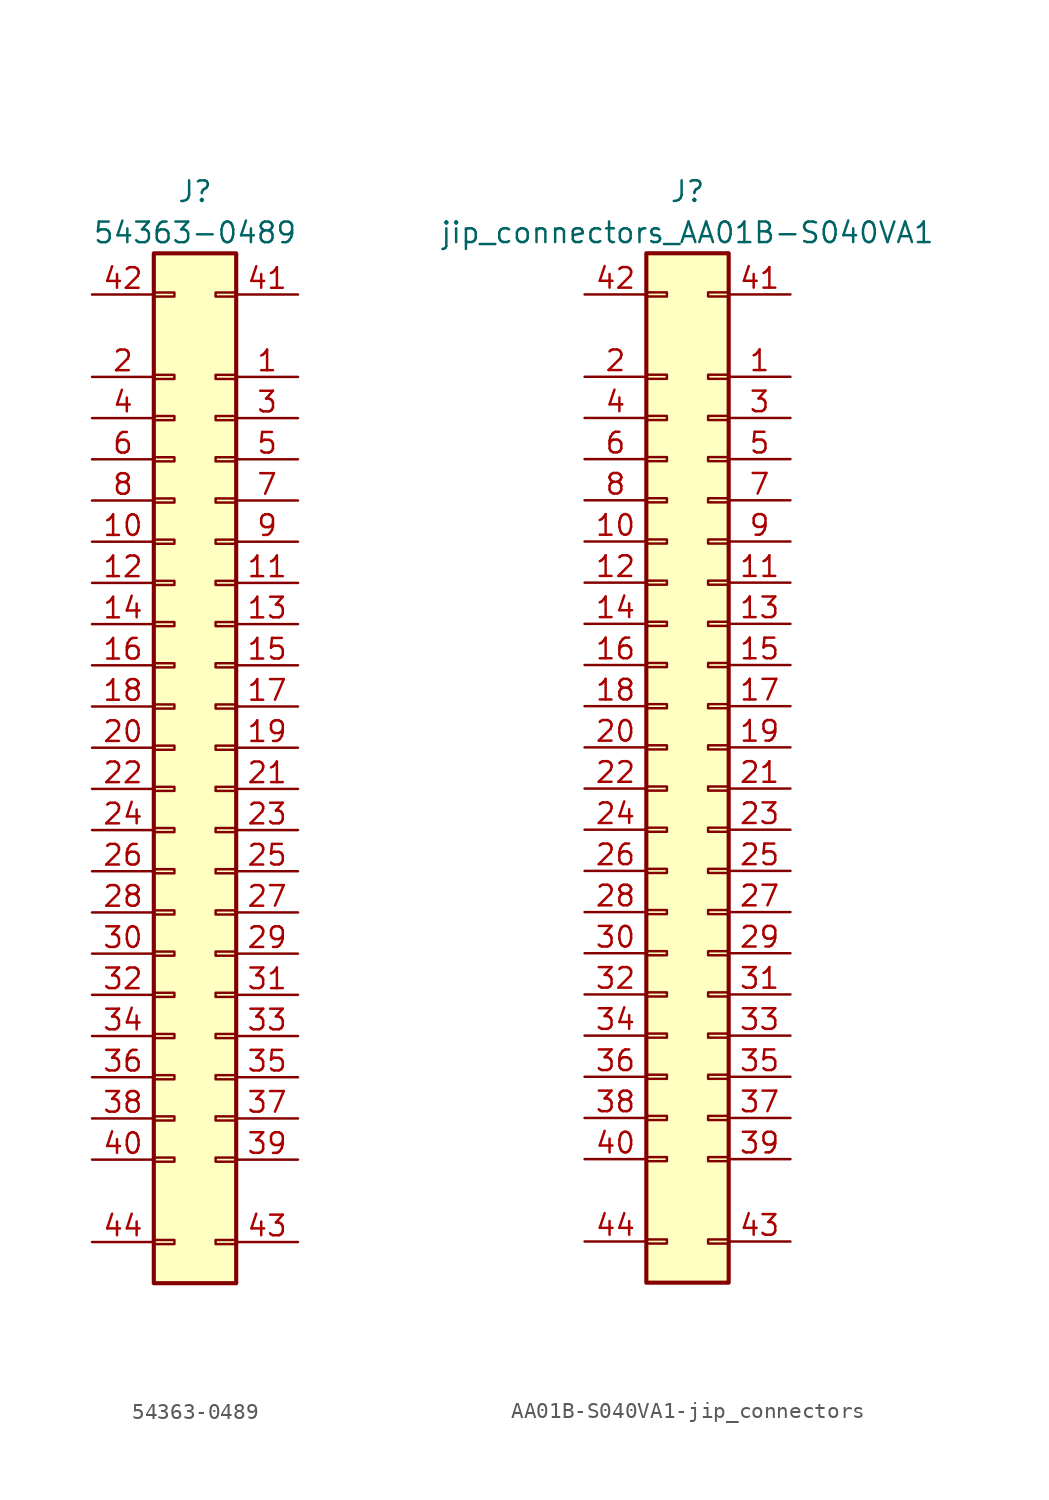
<source format=kicad_sym>
(kicad_symbol_lib
  (version 20231120)
  (generator "kicad_symbol_editor")
  (generator_version "8.0")
  (symbol "54363-0489"
    (pin_names
      (offset 1.016) hide)
    (property "Reference" "J"
      (at 6.35 6.35 0)
      (effects (font (size 1.27 1.27))))
    (property "Value" "54363-0489"
      (at 6.35 3.81 0)
      (effects (font (size 1.27 1.27))))
    (symbol "54363-0489_1_1"
      (rectangle (start 3.81 -58.293) (end 5.08 -58.547) (stroke (width 0.152) (type solid)) (fill (type none)))
      (rectangle (start 3.81 -53.213) (end 5.08 -53.467) (stroke (width 0.152) (type solid)) (fill (type none)))
      (rectangle (start 3.81 -50.673) (end 5.08 -50.927) (stroke (width 0.152) (type solid)) (fill (type none)))
      (rectangle (start 3.81 -48.133) (end 5.08 -48.387) (stroke (width 0.152) (type solid)) (fill (type none)))
      (rectangle (start 3.81 -45.593) (end 5.08 -45.847) (stroke (width 0.152) (type solid)) (fill (type none)))
      (rectangle (start 3.81 -43.053) (end 5.08 -43.307) (stroke (width 0.152) (type solid)) (fill (type none)))
      (rectangle (start 3.81 -40.513) (end 5.08 -40.767) (stroke (width 0.152) (type solid)) (fill (type none)))
      (rectangle (start 3.81 -37.973) (end 5.08 -38.227) (stroke (width 0.152) (type solid)) (fill (type none)))
      (rectangle (start 3.81 -35.433) (end 5.08 -35.687) (stroke (width 0.152) (type solid)) (fill (type none)))
      (rectangle (start 3.81 -32.893) (end 5.08 -33.147) (stroke (width 0.152) (type solid)) (fill (type none)))
      (rectangle (start 3.81 -30.353) (end 5.08 -30.607) (stroke (width 0.152) (type solid)) (fill (type none)))
      (rectangle (start 3.81 -27.813) (end 5.08 -28.067) (stroke (width 0.152) (type solid)) (fill (type none)))
      (rectangle (start 3.81 -25.273) (end 5.08 -25.527) (stroke (width 0.152) (type solid)) (fill (type none)))
      (rectangle (start 3.81 -22.733) (end 5.08 -22.987) (stroke (width 0.152) (type solid)) (fill (type none)))
      (rectangle (start 3.81 -20.193) (end 5.08 -20.447) (stroke (width 0.152) (type solid)) (fill (type none)))
      (rectangle (start 3.81 -17.653) (end 5.08 -17.907) (stroke (width 0.152) (type solid)) (fill (type none)))
      (rectangle (start 3.81 -15.113) (end 5.08 -15.367) (stroke (width 0.152) (type solid)) (fill (type none)))
      (rectangle (start 3.81 -12.573) (end 5.08 -12.827) (stroke (width 0.152) (type solid)) (fill (type none)))
      (rectangle (start 3.81 -10.033) (end 5.08 -10.287) (stroke (width 0.152) (type solid)) (fill (type none)))
      (rectangle (start 3.81 -7.493) (end 5.08 -7.747) (stroke (width 0.152) (type solid)) (fill (type none)))
      (rectangle (start 3.81 -4.953) (end 5.08 -5.207) (stroke (width 0.152) (type solid)) (fill (type none)))
      (rectangle (start 3.81 0.127) (end 5.08 -0.127) (stroke (width 0.152) (type solid)) (fill (type none)))
      (rectangle (start 8.89 -58.293) (end 7.62 -58.547) (stroke (width 0.152) (type solid)) (fill (type none)))
      (rectangle (start 8.89 -53.213) (end 7.62 -53.467) (stroke (width 0.152) (type solid)) (fill (type none)))
      (rectangle (start 8.89 -50.673) (end 7.62 -50.927) (stroke (width 0.152) (type solid)) (fill (type none)))
      (rectangle (start 8.89 -48.133) (end 7.62 -48.387) (stroke (width 0.152) (type solid)) (fill (type none)))
      (rectangle (start 8.89 -45.593) (end 7.62 -45.847) (stroke (width 0.152) (type solid)) (fill (type none)))
      (rectangle (start 8.89 -43.053) (end 7.62 -43.307) (stroke (width 0.152) (type solid)) (fill (type none)))
      (rectangle (start 8.89 -40.513) (end 7.62 -40.767) (stroke (width 0.152) (type solid)) (fill (type none)))
      (rectangle (start 8.89 -37.973) (end 7.62 -38.227) (stroke (width 0.152) (type solid)) (fill (type none)))
      (rectangle (start 8.89 -35.433) (end 7.62 -35.687) (stroke (width 0.152) (type solid)) (fill (type none)))
      (rectangle (start 8.89 -32.893) (end 7.62 -33.147) (stroke (width 0.152) (type solid)) (fill (type none)))
      (rectangle (start 8.89 -30.353) (end 7.62 -30.607) (stroke (width 0.152) (type solid)) (fill (type none)))
      (rectangle (start 8.89 -27.813) (end 7.62 -28.067) (stroke (width 0.152) (type solid)) (fill (type none)))
      (rectangle (start 8.89 -25.273) (end 7.62 -25.527) (stroke (width 0.152) (type solid)) (fill (type none)))
      (rectangle (start 8.89 -22.733) (end 7.62 -22.987) (stroke (width 0.152) (type solid)) (fill (type none)))
      (rectangle (start 8.89 -20.193) (end 7.62 -20.447) (stroke (width 0.152) (type solid)) (fill (type none)))
      (rectangle (start 8.89 -17.653) (end 7.62 -17.907) (stroke (width 0.152) (type solid)) (fill (type none)))
      (rectangle (start 8.89 -15.113) (end 7.62 -15.367) (stroke (width 0.152) (type solid)) (fill (type none)))
      (rectangle (start 8.89 -12.573) (end 7.62 -12.827) (stroke (width 0.152) (type solid)) (fill (type none)))
      (rectangle (start 8.89 -10.033) (end 7.62 -10.287) (stroke (width 0.152) (type solid)) (fill (type none)))
      (rectangle (start 8.89 -7.493) (end 7.62 -7.747) (stroke (width 0.152) (type solid)) (fill (type none)))
      (rectangle (start 8.89 -4.953) (end 7.62 -5.207) (stroke (width 0.152) (type solid)) (fill (type none)))
      (rectangle (start 8.89 0.127) (end 7.62 -0.127) (stroke (width 0.152) (type solid)) (fill (type none)))
      (rectangle (start 8.89 2.54) (end 3.81 -60.96) (stroke (width 0.254) (type solid)) (fill (type background)))
      (pin passive line (at 12.7 -5.08 180) (length 3.81) (name "~" (effects (font (size 1.27 1.27)))) (number "1" (effects (font (size 1.27 1.27)))))
      (pin passive line (at 0 -15.24 0) (length 3.81) (name "~" (effects (font (size 1.27 1.27)))) (number "10" (effects (font (size 1.27 1.27)))))
      (pin passive line (at 12.7 -17.78 180) (length 3.81) (name "~" (effects (font (size 1.27 1.27)))) (number "11" (effects (font (size 1.27 1.27)))))
      (pin passive line (at 0 -17.78 0) (length 3.81) (name "~" (effects (font (size 1.27 1.27)))) (number "12" (effects (font (size 1.27 1.27)))))
      (pin passive line (at 12.7 -20.32 180) (length 3.81) (name "~" (effects (font (size 1.27 1.27)))) (number "13" (effects (font (size 1.27 1.27)))))
      (pin passive line (at 0 -20.32 0) (length 3.81) (name "~" (effects (font (size 1.27 1.27)))) (number "14" (effects (font (size 1.27 1.27)))))
      (pin passive line (at 12.7 -22.86 180) (length 3.81) (name "~" (effects (font (size 1.27 1.27)))) (number "15" (effects (font (size 1.27 1.27)))))
      (pin passive line (at 0 -22.86 0) (length 3.81) (name "~" (effects (font (size 1.27 1.27)))) (number "16" (effects (font (size 1.27 1.27)))))
      (pin passive line (at 12.7 -25.4 180) (length 3.81) (name "~" (effects (font (size 1.27 1.27)))) (number "17" (effects (font (size 1.27 1.27)))))
      (pin passive line (at 0 -25.4 0) (length 3.81) (name "~" (effects (font (size 1.27 1.27)))) (number "18" (effects (font (size 1.27 1.27)))))
      (pin passive line (at 12.7 -27.94 180) (length 3.81) (name "~" (effects (font (size 1.27 1.27)))) (number "19" (effects (font (size 1.27 1.27)))))
      (pin passive line (at 0 -5.08 0) (length 3.81) (name "~" (effects (font (size 1.27 1.27)))) (number "2" (effects (font (size 1.27 1.27)))))
      (pin passive line (at 0 -27.94 0) (length 3.81) (name "~" (effects (font (size 1.27 1.27)))) (number "20" (effects (font (size 1.27 1.27)))))
      (pin passive line (at 12.7 -30.48 180) (length 3.81) (name "~" (effects (font (size 1.27 1.27)))) (number "21" (effects (font (size 1.27 1.27)))))
      (pin passive line (at 0 -30.48 0) (length 3.81) (name "~" (effects (font (size 1.27 1.27)))) (number "22" (effects (font (size 1.27 1.27)))))
      (pin passive line (at 12.7 -33.02 180) (length 3.81) (name "~" (effects (font (size 1.27 1.27)))) (number "23" (effects (font (size 1.27 1.27)))))
      (pin passive line (at 0 -33.02 0) (length 3.81) (name "~" (effects (font (size 1.27 1.27)))) (number "24" (effects (font (size 1.27 1.27)))))
      (pin passive line (at 12.7 -35.56 180) (length 3.81) (name "~" (effects (font (size 1.27 1.27)))) (number "25" (effects (font (size 1.27 1.27)))))
      (pin passive line (at 0 -35.56 0) (length 3.81) (name "~" (effects (font (size 1.27 1.27)))) (number "26" (effects (font (size 1.27 1.27)))))
      (pin passive line (at 12.7 -38.1 180) (length 3.81) (name "~" (effects (font (size 1.27 1.27)))) (number "27" (effects (font (size 1.27 1.27)))))
      (pin passive line (at 0 -38.1 0) (length 3.81) (name "~" (effects (font (size 1.27 1.27)))) (number "28" (effects (font (size 1.27 1.27)))))
      (pin passive line (at 12.7 -40.64 180) (length 3.81) (name "~" (effects (font (size 1.27 1.27)))) (number "29" (effects (font (size 1.27 1.27)))))
      (pin passive line (at 12.7 -7.62 180) (length 3.81) (name "~" (effects (font (size 1.27 1.27)))) (number "3" (effects (font (size 1.27 1.27)))))
      (pin passive line (at 0 -40.64 0) (length 3.81) (name "~" (effects (font (size 1.27 1.27)))) (number "30" (effects (font (size 1.27 1.27)))))
      (pin passive line (at 12.7 -43.18 180) (length 3.81) (name "~" (effects (font (size 1.27 1.27)))) (number "31" (effects (font (size 1.27 1.27)))))
      (pin passive line (at 0 -43.18 0) (length 3.81) (name "~" (effects (font (size 1.27 1.27)))) (number "32" (effects (font (size 1.27 1.27)))))
      (pin passive line (at 12.7 -45.72 180) (length 3.81) (name "~" (effects (font (size 1.27 1.27)))) (number "33" (effects (font (size 1.27 1.27)))))
      (pin passive line (at 0 -45.72 0) (length 3.81) (name "~" (effects (font (size 1.27 1.27)))) (number "34" (effects (font (size 1.27 1.27)))))
      (pin passive line (at 12.7 -48.26 180) (length 3.81) (name "~" (effects (font (size 1.27 1.27)))) (number "35" (effects (font (size 1.27 1.27)))))
      (pin passive line (at 0 -48.26 0) (length 3.81) (name "~" (effects (font (size 1.27 1.27)))) (number "36" (effects (font (size 1.27 1.27)))))
      (pin passive line (at 12.7 -50.8 180) (length 3.81) (name "~" (effects (font (size 1.27 1.27)))) (number "37" (effects (font (size 1.27 1.27)))))
      (pin passive line (at 0 -50.8 0) (length 3.81) (name "~" (effects (font (size 1.27 1.27)))) (number "38" (effects (font (size 1.27 1.27)))))
      (pin passive line (at 12.7 -53.34 180) (length 3.81) (name "~" (effects (font (size 1.27 1.27)))) (number "39" (effects (font (size 1.27 1.27)))))
      (pin passive line (at 0 -7.62 0) (length 3.81) (name "~" (effects (font (size 1.27 1.27)))) (number "4" (effects (font (size 1.27 1.27)))))
      (pin passive line (at 0 -53.34 0) (length 3.81) (name "~" (effects (font (size 1.27 1.27)))) (number "40" (effects (font (size 1.27 1.27)))))
      (pin passive line (at 12.7 0 180) (length 3.81) (name "~" (effects (font (size 1.27 1.27)))) (number "41" (effects (font (size 1.27 1.27)))))
      (pin passive line (at 0 0 0) (length 3.81) (name "~" (effects (font (size 1.27 1.27)))) (number "42" (effects (font (size 1.27 1.27)))))
      (pin passive line (at 12.7 -58.42 180) (length 3.81) (name "~" (effects (font (size 1.27 1.27)))) (number "43" (effects (font (size 1.27 1.27)))))
      (pin passive line (at 0 -58.42 0) (length 3.81) (name "~" (effects (font (size 1.27 1.27)))) (number "44" (effects (font (size 1.27 1.27)))))
      (pin passive line (at 12.7 -10.16 180) (length 3.81) (name "~" (effects (font (size 1.27 1.27)))) (number "5" (effects (font (size 1.27 1.27)))))
      (pin passive line (at 0 -10.16 0) (length 3.81) (name "~" (effects (font (size 1.27 1.27)))) (number "6" (effects (font (size 1.27 1.27)))))
      (pin passive line (at 12.7 -12.7 180) (length 3.81) (name "~" (effects (font (size 1.27 1.27)))) (number "7" (effects (font (size 1.27 1.27)))))
      (pin passive line (at 0 -12.7 0) (length 3.81) (name "~" (effects (font (size 1.27 1.27)))) (number "8" (effects (font (size 1.27 1.27)))))
      (pin passive line (at 12.7 -15.24 180) (length 3.81) (name "~" (effects (font (size 1.27 1.27)))) (number "9" (effects (font (size 1.27 1.27)))))))
  (symbol "AA01B-S040VA1-jip_connectors"
    (pin_names
      (offset 1.016) hide)
    (property "Reference" "J"
      (at 6.35 6.35 0)
      (effects (font (size 1.27 1.27))))
    (property "Value" "jip_connectors_AA01B-S040VA1"
      (at 6.35 3.81 0)
      (effects (font (size 1.27 1.27))))
    (symbol "AA01B-S040VA1-jip_connectors_1_1"
      (rectangle (start 3.81 -58.293) (end 5.08 -58.547) (stroke (width 0.152) (type solid)) (fill (type none)))
      (rectangle (start 3.81 -53.213) (end 5.08 -53.467) (stroke (width 0.152) (type solid)) (fill (type none)))
      (rectangle (start 3.81 -50.673) (end 5.08 -50.927) (stroke (width 0.152) (type solid)) (fill (type none)))
      (rectangle (start 3.81 -48.133) (end 5.08 -48.387) (stroke (width 0.152) (type solid)) (fill (type none)))
      (rectangle (start 3.81 -45.593) (end 5.08 -45.847) (stroke (width 0.152) (type solid)) (fill (type none)))
      (rectangle (start 3.81 -43.053) (end 5.08 -43.307) (stroke (width 0.152) (type solid)) (fill (type none)))
      (rectangle (start 3.81 -40.513) (end 5.08 -40.767) (stroke (width 0.152) (type solid)) (fill (type none)))
      (rectangle (start 3.81 -37.973) (end 5.08 -38.227) (stroke (width 0.152) (type solid)) (fill (type none)))
      (rectangle (start 3.81 -35.433) (end 5.08 -35.687) (stroke (width 0.152) (type solid)) (fill (type none)))
      (rectangle (start 3.81 -32.893) (end 5.08 -33.147) (stroke (width 0.152) (type solid)) (fill (type none)))
      (rectangle (start 3.81 -30.353) (end 5.08 -30.607) (stroke (width 0.152) (type solid)) (fill (type none)))
      (rectangle (start 3.81 -27.813) (end 5.08 -28.067) (stroke (width 0.152) (type solid)) (fill (type none)))
      (rectangle (start 3.81 -25.273) (end 5.08 -25.527) (stroke (width 0.152) (type solid)) (fill (type none)))
      (rectangle (start 3.81 -22.733) (end 5.08 -22.987) (stroke (width 0.152) (type solid)) (fill (type none)))
      (rectangle (start 3.81 -20.193) (end 5.08 -20.447) (stroke (width 0.152) (type solid)) (fill (type none)))
      (rectangle (start 3.81 -17.653) (end 5.08 -17.907) (stroke (width 0.152) (type solid)) (fill (type none)))
      (rectangle (start 3.81 -15.113) (end 5.08 -15.367) (stroke (width 0.152) (type solid)) (fill (type none)))
      (rectangle (start 3.81 -12.573) (end 5.08 -12.827) (stroke (width 0.152) (type solid)) (fill (type none)))
      (rectangle (start 3.81 -10.033) (end 5.08 -10.287) (stroke (width 0.152) (type solid)) (fill (type none)))
      (rectangle (start 3.81 -7.493) (end 5.08 -7.747) (stroke (width 0.152) (type solid)) (fill (type none)))
      (rectangle (start 3.81 -4.953) (end 5.08 -5.207) (stroke (width 0.152) (type solid)) (fill (type none)))
      (rectangle (start 3.81 0.127) (end 5.08 -0.127) (stroke (width 0.152) (type solid)) (fill (type none)))
      (rectangle (start 8.89 -58.293) (end 7.62 -58.547) (stroke (width 0.152) (type solid)) (fill (type none)))
      (rectangle (start 8.89 -53.213) (end 7.62 -53.467) (stroke (width 0.152) (type solid)) (fill (type none)))
      (rectangle (start 8.89 -50.673) (end 7.62 -50.927) (stroke (width 0.152) (type solid)) (fill (type none)))
      (rectangle (start 8.89 -48.133) (end 7.62 -48.387) (stroke (width 0.152) (type solid)) (fill (type none)))
      (rectangle (start 8.89 -45.593) (end 7.62 -45.847) (stroke (width 0.152) (type solid)) (fill (type none)))
      (rectangle (start 8.89 -43.053) (end 7.62 -43.307) (stroke (width 0.152) (type solid)) (fill (type none)))
      (rectangle (start 8.89 -40.513) (end 7.62 -40.767) (stroke (width 0.152) (type solid)) (fill (type none)))
      (rectangle (start 8.89 -37.973) (end 7.62 -38.227) (stroke (width 0.152) (type solid)) (fill (type none)))
      (rectangle (start 8.89 -35.433) (end 7.62 -35.687) (stroke (width 0.152) (type solid)) (fill (type none)))
      (rectangle (start 8.89 -32.893) (end 7.62 -33.147) (stroke (width 0.152) (type solid)) (fill (type none)))
      (rectangle (start 8.89 -30.353) (end 7.62 -30.607) (stroke (width 0.152) (type solid)) (fill (type none)))
      (rectangle (start 8.89 -27.813) (end 7.62 -28.067) (stroke (width 0.152) (type solid)) (fill (type none)))
      (rectangle (start 8.89 -25.273) (end 7.62 -25.527) (stroke (width 0.152) (type solid)) (fill (type none)))
      (rectangle (start 8.89 -22.733) (end 7.62 -22.987) (stroke (width 0.152) (type solid)) (fill (type none)))
      (rectangle (start 8.89 -20.193) (end 7.62 -20.447) (stroke (width 0.152) (type solid)) (fill (type none)))
      (rectangle (start 8.89 -17.653) (end 7.62 -17.907) (stroke (width 0.152) (type solid)) (fill (type none)))
      (rectangle (start 8.89 -15.113) (end 7.62 -15.367) (stroke (width 0.152) (type solid)) (fill (type none)))
      (rectangle (start 8.89 -12.573) (end 7.62 -12.827) (stroke (width 0.152) (type solid)) (fill (type none)))
      (rectangle (start 8.89 -10.033) (end 7.62 -10.287) (stroke (width 0.152) (type solid)) (fill (type none)))
      (rectangle (start 8.89 -7.493) (end 7.62 -7.747) (stroke (width 0.152) (type solid)) (fill (type none)))
      (rectangle (start 8.89 -4.953) (end 7.62 -5.207) (stroke (width 0.152) (type solid)) (fill (type none)))
      (rectangle (start 8.89 0.127) (end 7.62 -0.127) (stroke (width 0.152) (type solid)) (fill (type none)))
      (rectangle (start 8.89 2.54) (end 3.81 -60.96) (stroke (width 0.254) (type solid)) (fill (type background)))
      (pin passive line (at 12.7 -5.08 180) (length 3.81) (name "~" (effects (font (size 1.27 1.27)))) (number "1" (effects (font (size 1.27 1.27)))))
      (pin passive line (at 0 -15.24 0) (length 3.81) (name "~" (effects (font (size 1.27 1.27)))) (number "10" (effects (font (size 1.27 1.27)))))
      (pin passive line (at 12.7 -17.78 180) (length 3.81) (name "~" (effects (font (size 1.27 1.27)))) (number "11" (effects (font (size 1.27 1.27)))))
      (pin passive line (at 0 -17.78 0) (length 3.81) (name "~" (effects (font (size 1.27 1.27)))) (number "12" (effects (font (size 1.27 1.27)))))
      (pin passive line (at 12.7 -20.32 180) (length 3.81) (name "~" (effects (font (size 1.27 1.27)))) (number "13" (effects (font (size 1.27 1.27)))))
      (pin passive line (at 0 -20.32 0) (length 3.81) (name "~" (effects (font (size 1.27 1.27)))) (number "14" (effects (font (size 1.27 1.27)))))
      (pin passive line (at 12.7 -22.86 180) (length 3.81) (name "~" (effects (font (size 1.27 1.27)))) (number "15" (effects (font (size 1.27 1.27)))))
      (pin passive line (at 0 -22.86 0) (length 3.81) (name "~" (effects (font (size 1.27 1.27)))) (number "16" (effects (font (size 1.27 1.27)))))
      (pin passive line (at 12.7 -25.4 180) (length 3.81) (name "~" (effects (font (size 1.27 1.27)))) (number "17" (effects (font (size 1.27 1.27)))))
      (pin passive line (at 0 -25.4 0) (length 3.81) (name "~" (effects (font (size 1.27 1.27)))) (number "18" (effects (font (size 1.27 1.27)))))
      (pin passive line (at 12.7 -27.94 180) (length 3.81) (name "~" (effects (font (size 1.27 1.27)))) (number "19" (effects (font (size 1.27 1.27)))))
      (pin passive line (at 0 -5.08 0) (length 3.81) (name "~" (effects (font (size 1.27 1.27)))) (number "2" (effects (font (size 1.27 1.27)))))
      (pin passive line (at 0 -27.94 0) (length 3.81) (name "~" (effects (font (size 1.27 1.27)))) (number "20" (effects (font (size 1.27 1.27)))))
      (pin passive line (at 12.7 -30.48 180) (length 3.81) (name "~" (effects (font (size 1.27 1.27)))) (number "21" (effects (font (size 1.27 1.27)))))
      (pin passive line (at 0 -30.48 0) (length 3.81) (name "~" (effects (font (size 1.27 1.27)))) (number "22" (effects (font (size 1.27 1.27)))))
      (pin passive line (at 12.7 -33.02 180) (length 3.81) (name "~" (effects (font (size 1.27 1.27)))) (number "23" (effects (font (size 1.27 1.27)))))
      (pin passive line (at 0 -33.02 0) (length 3.81) (name "~" (effects (font (size 1.27 1.27)))) (number "24" (effects (font (size 1.27 1.27)))))
      (pin passive line (at 12.7 -35.56 180) (length 3.81) (name "~" (effects (font (size 1.27 1.27)))) (number "25" (effects (font (size 1.27 1.27)))))
      (pin passive line (at 0 -35.56 0) (length 3.81) (name "~" (effects (font (size 1.27 1.27)))) (number "26" (effects (font (size 1.27 1.27)))))
      (pin passive line (at 12.7 -38.1 180) (length 3.81) (name "~" (effects (font (size 1.27 1.27)))) (number "27" (effects (font (size 1.27 1.27)))))
      (pin passive line (at 0 -38.1 0) (length 3.81) (name "~" (effects (font (size 1.27 1.27)))) (number "28" (effects (font (size 1.27 1.27)))))
      (pin passive line (at 12.7 -40.64 180) (length 3.81) (name "~" (effects (font (size 1.27 1.27)))) (number "29" (effects (font (size 1.27 1.27)))))
      (pin passive line (at 12.7 -7.62 180) (length 3.81) (name "~" (effects (font (size 1.27 1.27)))) (number "3" (effects (font (size 1.27 1.27)))))
      (pin passive line (at 0 -40.64 0) (length 3.81) (name "~" (effects (font (size 1.27 1.27)))) (number "30" (effects (font (size 1.27 1.27)))))
      (pin passive line (at 12.7 -43.18 180) (length 3.81) (name "~" (effects (font (size 1.27 1.27)))) (number "31" (effects (font (size 1.27 1.27)))))
      (pin passive line (at 0 -43.18 0) (length 3.81) (name "~" (effects (font (size 1.27 1.27)))) (number "32" (effects (font (size 1.27 1.27)))))
      (pin passive line (at 12.7 -45.72 180) (length 3.81) (name "~" (effects (font (size 1.27 1.27)))) (number "33" (effects (font (size 1.27 1.27)))))
      (pin passive line (at 0 -45.72 0) (length 3.81) (name "~" (effects (font (size 1.27 1.27)))) (number "34" (effects (font (size 1.27 1.27)))))
      (pin passive line (at 12.7 -48.26 180) (length 3.81) (name "~" (effects (font (size 1.27 1.27)))) (number "35" (effects (font (size 1.27 1.27)))))
      (pin passive line (at 0 -48.26 0) (length 3.81) (name "~" (effects (font (size 1.27 1.27)))) (number "36" (effects (font (size 1.27 1.27)))))
      (pin passive line (at 12.7 -50.8 180) (length 3.81) (name "~" (effects (font (size 1.27 1.27)))) (number "37" (effects (font (size 1.27 1.27)))))
      (pin passive line (at 0 -50.8 0) (length 3.81) (name "~" (effects (font (size 1.27 1.27)))) (number "38" (effects (font (size 1.27 1.27)))))
      (pin passive line (at 12.7 -53.34 180) (length 3.81) (name "~" (effects (font (size 1.27 1.27)))) (number "39" (effects (font (size 1.27 1.27)))))
      (pin passive line (at 0 -7.62 0) (length 3.81) (name "~" (effects (font (size 1.27 1.27)))) (number "4" (effects (font (size 1.27 1.27)))))
      (pin passive line (at 0 -53.34 0) (length 3.81) (name "~" (effects (font (size 1.27 1.27)))) (number "40" (effects (font (size 1.27 1.27)))))
      (pin passive line (at 12.7 0 180) (length 3.81) (name "~" (effects (font (size 1.27 1.27)))) (number "41" (effects (font (size 1.27 1.27)))))
      (pin passive line (at 0 0 0) (length 3.81) (name "~" (effects (font (size 1.27 1.27)))) (number "42" (effects (font (size 1.27 1.27)))))
      (pin passive line (at 12.7 -58.42 180) (length 3.81) (name "~" (effects (font (size 1.27 1.27)))) (number "43" (effects (font (size 1.27 1.27)))))
      (pin passive line (at 0 -58.42 0) (length 3.81) (name "~" (effects (font (size 1.27 1.27)))) (number "44" (effects (font (size 1.27 1.27)))))
      (pin passive line (at 12.7 -10.16 180) (length 3.81) (name "~" (effects (font (size 1.27 1.27)))) (number "5" (effects (font (size 1.27 1.27)))))
      (pin passive line (at 0 -10.16 0) (length 3.81) (name "~" (effects (font (size 1.27 1.27)))) (number "6" (effects (font (size 1.27 1.27)))))
      (pin passive line (at 12.7 -12.7 180) (length 3.81) (name "~" (effects (font (size 1.27 1.27)))) (number "7" (effects (font (size 1.27 1.27)))))
      (pin passive line (at 0 -12.7 0) (length 3.81) (name "~" (effects (font (size 1.27 1.27)))) (number "8" (effects (font (size 1.27 1.27)))))
      (pin passive line (at 12.7 -15.24 180) (length 3.81) (name "~" (effects (font (size 1.27 1.27)))) (number "9" (effects (font (size 1.27 1.27))))))))
</source>
